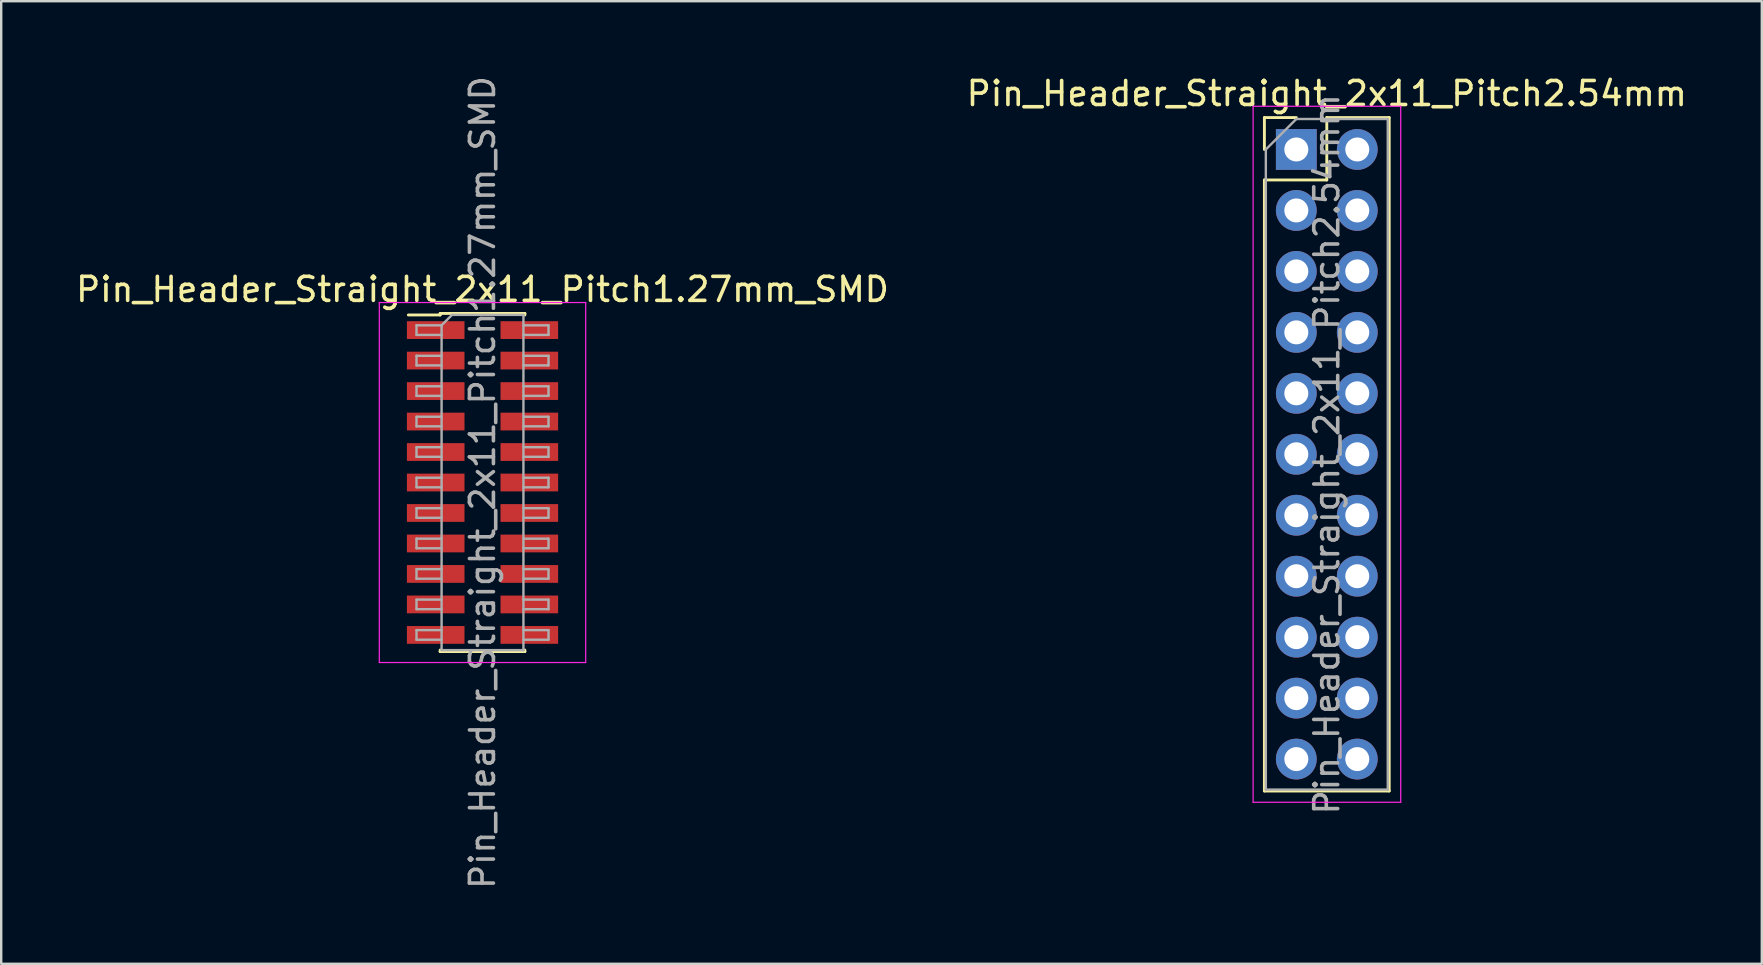
<source format=kicad_pcb>
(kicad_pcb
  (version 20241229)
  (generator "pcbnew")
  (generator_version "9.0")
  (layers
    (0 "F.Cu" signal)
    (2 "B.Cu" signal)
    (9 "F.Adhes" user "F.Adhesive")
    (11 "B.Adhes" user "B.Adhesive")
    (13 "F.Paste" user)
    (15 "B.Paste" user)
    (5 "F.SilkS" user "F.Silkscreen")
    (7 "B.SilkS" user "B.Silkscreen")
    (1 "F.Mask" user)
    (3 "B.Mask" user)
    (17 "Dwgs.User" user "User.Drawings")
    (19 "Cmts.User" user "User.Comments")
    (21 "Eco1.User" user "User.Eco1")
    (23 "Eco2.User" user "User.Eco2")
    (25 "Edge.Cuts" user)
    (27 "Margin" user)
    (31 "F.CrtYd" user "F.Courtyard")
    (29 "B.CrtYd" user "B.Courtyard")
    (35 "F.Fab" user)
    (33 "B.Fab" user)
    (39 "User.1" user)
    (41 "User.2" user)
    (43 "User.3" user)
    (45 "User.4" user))
  (footprint "Pin_Header_Straight_2x11_Pitch1.27mm_SMD"
    (layer "F.Cu")
    (at 17.054 17.054)
    (property "Reference" "Pin_Header_Straight_2x11_Pitch1.27mm_SMD" (at 0 -8.045 0) (layer "F.SilkS") (effects (font (size 1 1) (thickness 0.15))))
    (attr smd)
    (fp_line (start -3.09 -6.98) (end -1.765 -6.98) (stroke (width 0.12) (type solid)) (layer "F.SilkS"))
    (fp_line (start -1.765 -7.045) (end -1.765 -6.98) (stroke (width 0.12) (type solid)) (layer "F.SilkS"))
    (fp_line (start -1.765 -7.045) (end 1.765 -7.045) (stroke (width 0.12) (type solid)) (layer "F.SilkS"))
    (fp_line (start -1.765 6.98) (end -1.765 7.045) (stroke (width 0.12) (type solid)) (layer "F.SilkS"))
    (fp_line (start -1.765 7.045) (end 1.765 7.045) (stroke (width 0.12) (type solid)) (layer "F.SilkS"))
    (fp_line (start 1.765 -7.045) (end 1.765 -6.98) (stroke (width 0.12) (type solid)) (layer "F.SilkS"))
    (fp_line (start 1.765 6.98) (end 1.765 7.045) (stroke (width 0.12) (type solid)) (layer "F.SilkS"))
    (fp_line (start -4.3 -7.5) (end -4.3 7.5) (stroke (width 0.05) (type solid)) (layer "F.CrtYd"))
    (fp_line (start -4.3 7.5) (end 4.3 7.5) (stroke (width 0.05) (type solid)) (layer "F.CrtYd"))
    (fp_line (start 4.3 -7.5) (end -4.3 -7.5) (stroke (width 0.05) (type solid)) (layer "F.CrtYd"))
    (fp_line (start 4.3 7.5) (end 4.3 -7.5) (stroke (width 0.05) (type solid)) (layer "F.CrtYd"))
    (fp_line (start -2.75 -6.55) (end -2.75 -6.15) (stroke (width 0.1) (type solid)) (layer "F.Fab"))
    (fp_line (start -2.75 -6.15) (end -1.705 -6.15) (stroke (width 0.1) (type solid)) (layer "F.Fab"))
    (fp_line (start -2.75 -5.28) (end -2.75 -4.88) (stroke (width 0.1) (type solid)) (layer "F.Fab"))
    (fp_line (start -2.75 -4.88) (end -1.705 -4.88) (stroke (width 0.1) (type solid)) (layer "F.Fab"))
    (fp_line (start -2.75 -4.01) (end -2.75 -3.61) (stroke (width 0.1) (type solid)) (layer "F.Fab"))
    (fp_line (start -2.75 -3.61) (end -1.705 -3.61) (stroke (width 0.1) (type solid)) (layer "F.Fab"))
    (fp_line (start -2.75 -2.74) (end -2.75 -2.34) (stroke (width 0.1) (type solid)) (layer "F.Fab"))
    (fp_line (start -2.75 -2.34) (end -1.705 -2.34) (stroke (width 0.1) (type solid)) (layer "F.Fab"))
    (fp_line (start -2.75 -1.47) (end -2.75 -1.07) (stroke (width 0.1) (type solid)) (layer "F.Fab"))
    (fp_line (start -2.75 -1.07) (end -1.705 -1.07) (stroke (width 0.1) (type solid)) (layer "F.Fab"))
    (fp_line (start -2.75 -0.2) (end -2.75 0.2) (stroke (width 0.1) (type solid)) (layer "F.Fab"))
    (fp_line (start -2.75 0.2) (end -1.705 0.2) (stroke (width 0.1) (type solid)) (layer "F.Fab"))
    (fp_line (start -2.75 1.07) (end -2.75 1.47) (stroke (width 0.1) (type solid)) (layer "F.Fab"))
    (fp_line (start -2.75 1.47) (end -1.705 1.47) (stroke (width 0.1) (type solid)) (layer "F.Fab"))
    (fp_line (start -2.75 2.34) (end -2.75 2.74) (stroke (width 0.1) (type solid)) (layer "F.Fab"))
    (fp_line (start -2.75 2.74) (end -1.705 2.74) (stroke (width 0.1) (type solid)) (layer "F.Fab"))
    (fp_line (start -2.75 3.61) (end -2.75 4.01) (stroke (width 0.1) (type solid)) (layer "F.Fab"))
    (fp_line (start -2.75 4.01) (end -1.705 4.01) (stroke (width 0.1) (type solid)) (layer "F.Fab"))
    (fp_line (start -2.75 4.88) (end -2.75 5.28) (stroke (width 0.1) (type solid)) (layer "F.Fab"))
    (fp_line (start -2.75 5.28) (end -1.705 5.28) (stroke (width 0.1) (type solid)) (layer "F.Fab"))
    (fp_line (start -2.75 6.15) (end -2.75 6.55) (stroke (width 0.1) (type solid)) (layer "F.Fab"))
    (fp_line (start -2.75 6.55) (end -1.705 6.55) (stroke (width 0.1) (type solid)) (layer "F.Fab"))
    (fp_line (start -1.705 -6.55) (end -2.75 -6.55) (stroke (width 0.1) (type solid)) (layer "F.Fab"))
    (fp_line (start -1.705 -6.55) (end -1.27 -6.985) (stroke (width 0.1) (type solid)) (layer "F.Fab"))
    (fp_line (start -1.705 -5.28) (end -2.75 -5.28) (stroke (width 0.1) (type solid)) (layer "F.Fab"))
    (fp_line (start -1.705 -4.01) (end -2.75 -4.01) (stroke (width 0.1) (type solid)) (layer "F.Fab"))
    (fp_line (start -1.705 -2.74) (end -2.75 -2.74) (stroke (width 0.1) (type solid)) (layer "F.Fab"))
    (fp_line (start -1.705 -1.47) (end -2.75 -1.47) (stroke (width 0.1) (type solid)) (layer "F.Fab"))
    (fp_line (start -1.705 -0.2) (end -2.75 -0.2) (stroke (width 0.1) (type solid)) (layer "F.Fab"))
    (fp_line (start -1.705 1.07) (end -2.75 1.07) (stroke (width 0.1) (type solid)) (layer "F.Fab"))
    (fp_line (start -1.705 2.34) (end -2.75 2.34) (stroke (width 0.1) (type solid)) (layer "F.Fab"))
    (fp_line (start -1.705 3.61) (end -2.75 3.61) (stroke (width 0.1) (type solid)) (layer "F.Fab"))
    (fp_line (start -1.705 4.88) (end -2.75 4.88) (stroke (width 0.1) (type solid)) (layer "F.Fab"))
    (fp_line (start -1.705 6.15) (end -2.75 6.15) (stroke (width 0.1) (type solid)) (layer "F.Fab"))
    (fp_line (start -1.705 6.985) (end -1.705 -6.55) (stroke (width 0.1) (type solid)) (layer "F.Fab"))
    (fp_line (start -1.27 -6.985) (end 1.705 -6.985) (stroke (width 0.1) (type solid)) (layer "F.Fab"))
    (fp_line (start 1.705 -6.985) (end 1.705 6.985) (stroke (width 0.1) (type solid)) (layer "F.Fab"))
    (fp_line (start 1.705 -6.55) (end 2.75 -6.55) (stroke (width 0.1) (type solid)) (layer "F.Fab"))
    (fp_line (start 1.705 -5.28) (end 2.75 -5.28) (stroke (width 0.1) (type solid)) (layer "F.Fab"))
    (fp_line (start 1.705 -4.01) (end 2.75 -4.01) (stroke (width 0.1) (type solid)) (layer "F.Fab"))
    (fp_line (start 1.705 -2.74) (end 2.75 -2.74) (stroke (width 0.1) (type solid)) (layer "F.Fab"))
    (fp_line (start 1.705 -1.47) (end 2.75 -1.47) (stroke (width 0.1) (type solid)) (layer "F.Fab"))
    (fp_line (start 1.705 -0.2) (end 2.75 -0.2) (stroke (width 0.1) (type solid)) (layer "F.Fab"))
    (fp_line (start 1.705 1.07) (end 2.75 1.07) (stroke (width 0.1) (type solid)) (layer "F.Fab"))
    (fp_line (start 1.705 2.34) (end 2.75 2.34) (stroke (width 0.1) (type solid)) (layer "F.Fab"))
    (fp_line (start 1.705 3.61) (end 2.75 3.61) (stroke (width 0.1) (type solid)) (layer "F.Fab"))
    (fp_line (start 1.705 4.88) (end 2.75 4.88) (stroke (width 0.1) (type solid)) (layer "F.Fab"))
    (fp_line (start 1.705 6.15) (end 2.75 6.15) (stroke (width 0.1) (type solid)) (layer "F.Fab"))
    (fp_line (start 1.705 6.985) (end -1.705 6.985) (stroke (width 0.1) (type solid)) (layer "F.Fab"))
    (fp_line (start 2.75 -6.55) (end 2.75 -6.15) (stroke (width 0.1) (type solid)) (layer "F.Fab"))
    (fp_line (start 2.75 -6.15) (end 1.705 -6.15) (stroke (width 0.1) (type solid)) (layer "F.Fab"))
    (fp_line (start 2.75 -5.28) (end 2.75 -4.88) (stroke (width 0.1) (type solid)) (layer "F.Fab"))
    (fp_line (start 2.75 -4.88) (end 1.705 -4.88) (stroke (width 0.1) (type solid)) (layer "F.Fab"))
    (fp_line (start 2.75 -4.01) (end 2.75 -3.61) (stroke (width 0.1) (type solid)) (layer "F.Fab"))
    (fp_line (start 2.75 -3.61) (end 1.705 -3.61) (stroke (width 0.1) (type solid)) (layer "F.Fab"))
    (fp_line (start 2.75 -2.74) (end 2.75 -2.34) (stroke (width 0.1) (type solid)) (layer "F.Fab"))
    (fp_line (start 2.75 -2.34) (end 1.705 -2.34) (stroke (width 0.1) (type solid)) (layer "F.Fab"))
    (fp_line (start 2.75 -1.47) (end 2.75 -1.07) (stroke (width 0.1) (type solid)) (layer "F.Fab"))
    (fp_line (start 2.75 -1.07) (end 1.705 -1.07) (stroke (width 0.1) (type solid)) (layer "F.Fab"))
    (fp_line (start 2.75 -0.2) (end 2.75 0.2) (stroke (width 0.1) (type solid)) (layer "F.Fab"))
    (fp_line (start 2.75 0.2) (end 1.705 0.2) (stroke (width 0.1) (type solid)) (layer "F.Fab"))
    (fp_line (start 2.75 1.07) (end 2.75 1.47) (stroke (width 0.1) (type solid)) (layer "F.Fab"))
    (fp_line (start 2.75 1.47) (end 1.705 1.47) (stroke (width 0.1) (type solid)) (layer "F.Fab"))
    (fp_line (start 2.75 2.34) (end 2.75 2.74) (stroke (width 0.1) (type solid)) (layer "F.Fab"))
    (fp_line (start 2.75 2.74) (end 1.705 2.74) (stroke (width 0.1) (type solid)) (layer "F.Fab"))
    (fp_line (start 2.75 3.61) (end 2.75 4.01) (stroke (width 0.1) (type solid)) (layer "F.Fab"))
    (fp_line (start 2.75 4.01) (end 1.705 4.01) (stroke (width 0.1) (type solid)) (layer "F.Fab"))
    (fp_line (start 2.75 4.88) (end 2.75 5.28) (stroke (width 0.1) (type solid)) (layer "F.Fab"))
    (fp_line (start 2.75 5.28) (end 1.705 5.28) (stroke (width 0.1) (type solid)) (layer "F.Fab"))
    (fp_line (start 2.75 6.15) (end 2.75 6.55) (stroke (width 0.1) (type solid)) (layer "F.Fab"))
    (fp_line (start 2.75 6.55) (end 1.705 6.55) (stroke (width 0.1) (type solid)) (layer "F.Fab"))
    (fp_text user "${REFERENCE}" (at 0 0 90) (layer "F.Fab") (effects (font (size 1 1) (thickness 0.15))))
    (pad "1" smd rect (at -1.95 -6.35) (size 2.4 0.74) (layers "F.Cu" "F.Mask" "F.Paste"))
    (pad "2" smd rect (at 1.95 -6.35) (size 2.4 0.74) (layers "F.Cu" "F.Mask" "F.Paste"))
    (pad "3" smd rect (at -1.95 -5.08) (size 2.4 0.74) (layers "F.Cu" "F.Mask" "F.Paste"))
    (pad "4" smd rect (at 1.95 -5.08) (size 2.4 0.74) (layers "F.Cu" "F.Mask" "F.Paste"))
    (pad "5" smd rect (at -1.95 -3.81) (size 2.4 0.74) (layers "F.Cu" "F.Mask" "F.Paste"))
    (pad "6" smd rect (at 1.95 -3.81) (size 2.4 0.74) (layers "F.Cu" "F.Mask" "F.Paste"))
    (pad "7" smd rect (at -1.95 -2.54) (size 2.4 0.74) (layers "F.Cu" "F.Mask" "F.Paste"))
    (pad "8" smd rect (at 1.95 -2.54) (size 2.4 0.74) (layers "F.Cu" "F.Mask" "F.Paste"))
    (pad "9" smd rect (at -1.95 -1.27) (size 2.4 0.74) (layers "F.Cu" "F.Mask" "F.Paste"))
    (pad "10" smd rect (at 1.95 -1.27) (size 2.4 0.74) (layers "F.Cu" "F.Mask" "F.Paste"))
    (pad "11" smd rect (at -1.95 0) (size 2.4 0.74) (layers "F.Cu" "F.Mask" "F.Paste"))
    (pad "12" smd rect (at 1.95 0) (size 2.4 0.74) (layers "F.Cu" "F.Mask" "F.Paste"))
    (pad "13" smd rect (at -1.95 1.27) (size 2.4 0.74) (layers "F.Cu" "F.Mask" "F.Paste"))
    (pad "14" smd rect (at 1.95 1.27) (size 2.4 0.74) (layers "F.Cu" "F.Mask" "F.Paste"))
    (pad "15" smd rect (at -1.95 2.54) (size 2.4 0.74) (layers "F.Cu" "F.Mask" "F.Paste"))
    (pad "16" smd rect (at 1.95 2.54) (size 2.4 0.74) (layers "F.Cu" "F.Mask" "F.Paste"))
    (pad "17" smd rect (at -1.95 3.81) (size 2.4 0.74) (layers "F.Cu" "F.Mask" "F.Paste"))
    (pad "18" smd rect (at 1.95 3.81) (size 2.4 0.74) (layers "F.Cu" "F.Mask" "F.Paste"))
    (pad "19" smd rect (at -1.95 5.08) (size 2.4 0.74) (layers "F.Cu" "F.Mask" "F.Paste"))
    (pad "20" smd rect (at 1.95 5.08) (size 2.4 0.74) (layers "F.Cu" "F.Mask" "F.Paste"))
    (pad "21" smd rect (at -1.95 6.35) (size 2.4 0.74) (layers "F.Cu" "F.Mask" "F.Paste"))
    (pad "22" smd rect (at 1.95 6.35) (size 2.4 0.74) (layers "F.Cu" "F.Mask" "F.Paste")))
  (footprint "Pin_Header_Straight_2x11_Pitch2.54mm"
    (layer "F.Cu")
    (at 50.962 3.178)
    (property "Reference" "Pin_Header_Straight_2x11_Pitch2.54mm" (at 1.27 -2.33 0) (layer "F.SilkS") (effects (font (size 1 1) (thickness 0.15))))
    (attr through_hole)
    (fp_line (start -1.33 -1.33) (end 0 -1.33) (stroke (width 0.12) (type solid)) (layer "F.SilkS"))
    (fp_line (start -1.33 0) (end -1.33 -1.33) (stroke (width 0.12) (type solid)) (layer "F.SilkS"))
    (fp_line (start -1.33 1.27) (end -1.33 26.73) (stroke (width 0.12) (type solid)) (layer "F.SilkS"))
    (fp_line (start -1.33 1.27) (end 1.27 1.27) (stroke (width 0.12) (type solid)) (layer "F.SilkS"))
    (fp_line (start -1.33 26.73) (end 3.87 26.73) (stroke (width 0.12) (type solid)) (layer "F.SilkS"))
    (fp_line (start 1.27 -1.33) (end 3.87 -1.33) (stroke (width 0.12) (type solid)) (layer "F.SilkS"))
    (fp_line (start 1.27 1.27) (end 1.27 -1.33) (stroke (width 0.12) (type solid)) (layer "F.SilkS"))
    (fp_line (start 3.87 -1.33) (end 3.87 26.73) (stroke (width 0.12) (type solid)) (layer "F.SilkS"))
    (fp_line (start -1.8 -1.8) (end -1.8 27.2) (stroke (width 0.05) (type solid)) (layer "F.CrtYd"))
    (fp_line (start -1.8 27.2) (end 4.35 27.2) (stroke (width 0.05) (type solid)) (layer "F.CrtYd"))
    (fp_line (start 4.35 -1.8) (end -1.8 -1.8) (stroke (width 0.05) (type solid)) (layer "F.CrtYd"))
    (fp_line (start 4.35 27.2) (end 4.35 -1.8) (stroke (width 0.05) (type solid)) (layer "F.CrtYd"))
    (fp_line (start -1.27 0) (end 0 -1.27) (stroke (width 0.1) (type solid)) (layer "F.Fab"))
    (fp_line (start -1.27 26.67) (end -1.27 0) (stroke (width 0.1) (type solid)) (layer "F.Fab"))
    (fp_line (start 0 -1.27) (end 3.81 -1.27) (stroke (width 0.1) (type solid)) (layer "F.Fab"))
    (fp_line (start 3.81 -1.27) (end 3.81 26.67) (stroke (width 0.1) (type solid)) (layer "F.Fab"))
    (fp_line (start 3.81 26.67) (end -1.27 26.67) (stroke (width 0.1) (type solid)) (layer "F.Fab"))
    (fp_text user "${REFERENCE}" (at 1.27 12.7 90) (layer "F.Fab") (effects (font (size 1 1) (thickness 0.15))))
    (pad "1" thru_hole rect (at 0 0) (size 1.7 1.7) (drill 1) (layers "*.Cu" "*.Mask"))
    (pad "2" thru_hole oval (at 2.54 0) (size 1.7 1.7) (drill 1) (layers "*.Cu" "*.Mask"))
    (pad "3" thru_hole oval (at 0 2.54) (size 1.7 1.7) (drill 1) (layers "*.Cu" "*.Mask"))
    (pad "4" thru_hole oval (at 2.54 2.54) (size 1.7 1.7) (drill 1) (layers "*.Cu" "*.Mask"))
    (pad "5" thru_hole oval (at 0 5.08) (size 1.7 1.7) (drill 1) (layers "*.Cu" "*.Mask"))
    (pad "6" thru_hole oval (at 2.54 5.08) (size 1.7 1.7) (drill 1) (layers "*.Cu" "*.Mask"))
    (pad "7" thru_hole oval (at 0 7.62) (size 1.7 1.7) (drill 1) (layers "*.Cu" "*.Mask"))
    (pad "8" thru_hole oval (at 2.54 7.62) (size 1.7 1.7) (drill 1) (layers "*.Cu" "*.Mask"))
    (pad "9" thru_hole oval (at 0 10.16) (size 1.7 1.7) (drill 1) (layers "*.Cu" "*.Mask"))
    (pad "10" thru_hole oval (at 2.54 10.16) (size 1.7 1.7) (drill 1) (layers "*.Cu" "*.Mask"))
    (pad "11" thru_hole oval (at 0 12.7) (size 1.7 1.7) (drill 1) (layers "*.Cu" "*.Mask"))
    (pad "12" thru_hole oval (at 2.54 12.7) (size 1.7 1.7) (drill 1) (layers "*.Cu" "*.Mask"))
    (pad "13" thru_hole oval (at 0 15.24) (size 1.7 1.7) (drill 1) (layers "*.Cu" "*.Mask"))
    (pad "14" thru_hole oval (at 2.54 15.24) (size 1.7 1.7) (drill 1) (layers "*.Cu" "*.Mask"))
    (pad "15" thru_hole oval (at 0 17.78) (size 1.7 1.7) (drill 1) (layers "*.Cu" "*.Mask"))
    (pad "16" thru_hole oval (at 2.54 17.78) (size 1.7 1.7) (drill 1) (layers "*.Cu" "*.Mask"))
    (pad "17" thru_hole oval (at 0 20.32) (size 1.7 1.7) (drill 1) (layers "*.Cu" "*.Mask"))
    (pad "18" thru_hole oval (at 2.54 20.32) (size 1.7 1.7) (drill 1) (layers "*.Cu" "*.Mask"))
    (pad "19" thru_hole oval (at 0 22.86) (size 1.7 1.7) (drill 1) (layers "*.Cu" "*.Mask"))
    (pad "20" thru_hole oval (at 2.54 22.86) (size 1.7 1.7) (drill 1) (layers "*.Cu" "*.Mask"))
    (pad "21" thru_hole oval (at 0 25.4) (size 1.7 1.7) (drill 1) (layers "*.Cu" "*.Mask"))
    (pad "22" thru_hole oval (at 2.54 25.4) (size 1.7 1.7) (drill 1) (layers "*.Cu" "*.Mask")))
  (gr_rect
    (start -3 -3)
    (end 70.357 37.107)
    (stroke (width 0.1) (type default))
    (fill no)
    (layer "Edge.Cuts")))
</source>
